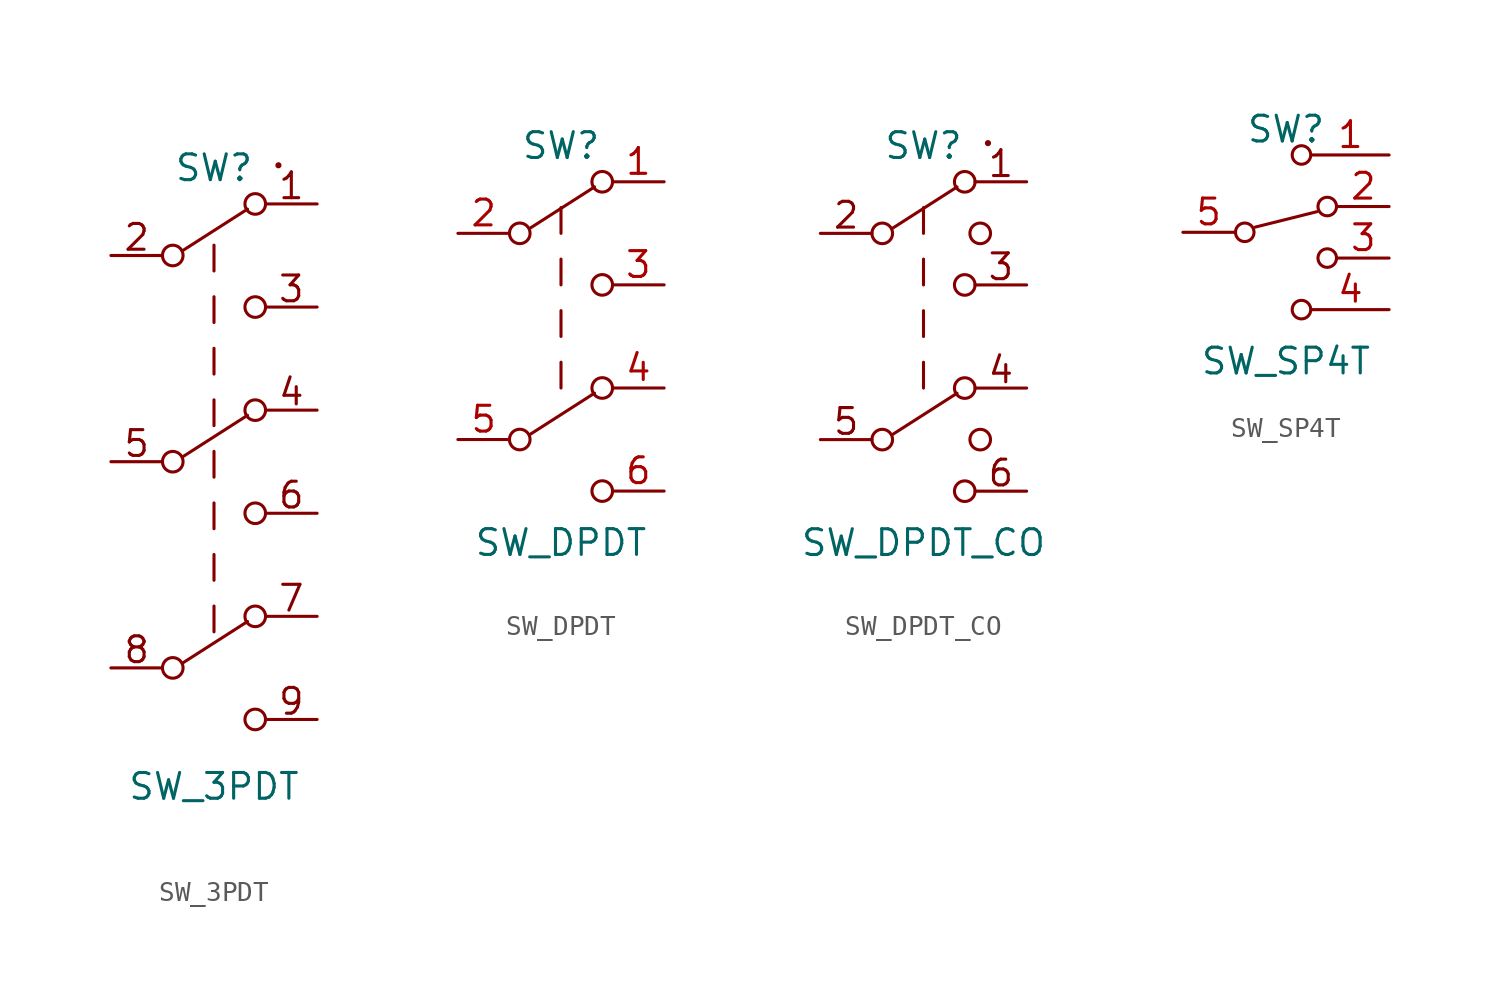
<source format=kicad_sym>
(kicad_symbol_lib
  (version 20220914)
  (generator kicad_symbol_editor)
  (symbol "SW_3PDT"
    (pin_names
      (offset 0) hide)
    (property "Reference" "SW"
      (at 0 4.318 0)
      (effects (font (size 1.27 1.27))))
    (property "Value" "SW_3PDT"
      (at 0 -26.162 0)
      (effects (font (size 1.27 1.27))))
    (symbol "SW_3PDT_0_0"
      (circle (center -2.032 -20.32) (radius 0.508) (stroke (width 0) (type solid)) (fill (type none)))
      (circle (center -2.032 -10.16) (radius 0.508) (stroke (width 0) (type solid)) (fill (type none)))
      (circle (center -2.032 0) (radius 0.508) (stroke (width 0) (type solid)) (fill (type none)))
      (circle (center 2.032 -22.86) (radius 0.508) (stroke (width 0) (type solid)) (fill (type none)))
      (circle (center 2.032 -12.7) (radius 0.508) (stroke (width 0) (type solid)) (fill (type none)))
      (circle (center 2.032 -2.54) (radius 0.508) (stroke (width 0) (type solid)) (fill (type none)))
      (text "1" (at 3.81 3.429 0) (effects (font (size 1.27 1.27))))
      (text "2" (at -3.81 0.889 0) (effects (font (size 1.27 1.27))))
      (text "3" (at 3.81 -1.651 0) (effects (font (size 1.27 1.27))))
      (text "4" (at 3.81 -6.731 0) (effects (font (size 1.27 1.27))))
      (text "5" (at -3.81 -9.271 0) (effects (font (size 1.27 1.27))))
      (text "6" (at 3.81 -11.811 0) (effects (font (size 1.27 1.27))))
      (text "7" (at 3.81 -16.891 0) (effects (font (size 1.27 1.27))))
      (text "8" (at -3.81 -19.431 0) (effects (font (size 1.27 1.27))))
      (text "9" (at 3.81 -21.971 0) (effects (font (size 1.27 1.27)))))
    (symbol "SW_3PDT_0_1"
      (polyline (pts (xy -1.524 -20.066) (xy 1.651 -18.034)) (stroke (width 0) (type solid)) (fill (type none)))
      (polyline (pts (xy -1.524 -9.906) (xy 1.651 -7.874)) (stroke (width 0) (type solid)) (fill (type none)))
      (polyline (pts (xy -1.524 0.254) (xy 1.651 2.286)) (stroke (width 0) (type solid)) (fill (type none)))
      (polyline (pts (xy 0 -17.272) (xy 0 -18.542)) (stroke (width 0) (type solid)) (fill (type none)))
      (polyline (pts (xy 0 -14.732) (xy 0 -16.002)) (stroke (width 0) (type solid)) (fill (type none)))
      (polyline (pts (xy 0 -12.192) (xy 0 -13.462)) (stroke (width 0) (type solid)) (fill (type none)))
      (polyline (pts (xy 0 -9.652) (xy 0 -10.922)) (stroke (width 0) (type solid)) (fill (type none)))
      (polyline (pts (xy 0 -7.112) (xy 0 -8.382)) (stroke (width 0) (type solid)) (fill (type none)))
      (polyline (pts (xy 0 -4.572) (xy 0 -5.842)) (stroke (width 0) (type solid)) (fill (type none)))
      (polyline (pts (xy 0 -2.032) (xy 0 -3.302)) (stroke (width 0) (type solid)) (fill (type none)))
      (polyline (pts (xy 0 -0.762) (xy 0 0.508)) (stroke (width 0) (type solid)) (fill (type none)))
      (circle (center 2.032 -17.78) (radius 0.508) (stroke (width 0) (type solid)) (fill (type none)))
      (circle (center 2.032 -7.62) (radius 0.508) (stroke (width 0) (type solid)) (fill (type none)))
      (circle (center 2.032 2.54) (radius 0.508) (stroke (width 0) (type solid)) (fill (type none)))
      (circle (center 3.175 4.445) (radius 0.0001) (stroke (width 0) (type solid)) (fill (type none))))
    (symbol "SW_3PDT_1_1"
      (pin passive line (at 5.08 2.54 180) (length 2.54) (name "A" (effects (font (size 1.27 1.27)))) (number "1" (effects (font (size 0 0)))))
      (pin passive line (at -5.08 0 0) (length 2.54) (name "B" (effects (font (size 1.27 1.27)))) (number "2" (effects (font (size 0 0)))))
      (pin passive line (at 5.08 -2.54 180) (length 2.54) (name "C" (effects (font (size 1.27 1.27)))) (number "3" (effects (font (size 0 0)))))
      (pin passive line (at 5.08 -7.62 180) (length 2.54) (name "D" (effects (font (size 1.27 1.27)))) (number "4" (effects (font (size 0 0)))))
      (pin passive line (at -5.08 -10.16 0) (length 2.54) (name "E" (effects (font (size 1.27 1.27)))) (number "5" (effects (font (size 0 0)))))
      (pin passive line (at 5.08 -12.7 180) (length 2.54) (name "F" (effects (font (size 1.27 1.27)))) (number "6" (effects (font (size 0 0)))))
      (pin passive line (at 5.08 -17.78 180) (length 2.54) (name "G" (effects (font (size 1.27 1.27)))) (number "7" (effects (font (size 0 0)))))
      (pin passive line (at -5.08 -20.32 0) (length 2.54) (name "H" (effects (font (size 1.27 1.27)))) (number "8" (effects (font (size 0 0)))))
      (pin passive line (at 5.08 -22.86 180) (length 2.54) (name "H" (effects (font (size 1.27 1.27)))) (number "8" (effects (font (size 0 0)))))))
  (symbol "SW_DPDT"
    (pin_names
      (offset 0) hide)
    (property "Reference" "SW"
      (at 0 4.318 0)
      (effects (font (size 1.27 1.27))))
    (property "Value" "SW_DPDT"
      (at 0 -15.24 0)
      (effects (font (size 1.27 1.27))))
    (symbol "SW_DPDT_0_0"
      (circle (center -2.032 -10.16) (radius 0.508) (stroke (width 0) (type solid)) (fill (type none)))
      (circle (center -2.032 0) (radius 0.508) (stroke (width 0) (type solid)) (fill (type none)))
      (circle (center 2.032 -12.7) (radius 0.508) (stroke (width 0) (type solid)) (fill (type none)))
      (circle (center 2.032 -2.54) (radius 0.508) (stroke (width 0) (type solid)) (fill (type none))))
    (symbol "SW_DPDT_0_1"
      (polyline (pts (xy -1.524 -9.906) (xy 1.651 -7.874)) (stroke (width 0) (type solid)) (fill (type none)))
      (polyline (pts (xy -1.524 0.254) (xy 1.651 2.286)) (stroke (width 0) (type solid)) (fill (type none)))
      (polyline (pts (xy 0 -6.35) (xy 0 -7.62)) (stroke (width 0) (type solid)) (fill (type none)))
      (polyline (pts (xy 0 -3.81) (xy 0 -5.08)) (stroke (width 0) (type solid)) (fill (type none)))
      (polyline (pts (xy 0 -1.27) (xy 0 -2.54)) (stroke (width 0) (type solid)) (fill (type none)))
      (polyline (pts (xy 0 0) (xy 0 1.27)) (stroke (width 0) (type solid)) (fill (type none)))
      (circle (center 2.032 -7.62) (radius 0.508) (stroke (width 0) (type solid)) (fill (type none)))
      (circle (center 2.032 2.54) (radius 0.508) (stroke (width 0) (type solid)) (fill (type none))))
    (symbol "SW_DPDT_1_1"
      (pin passive line (at 5.08 2.54 180) (length 2.54) (name "A" (effects (font (size 1.27 1.27)))) (number "1" (effects (font (size 1.27 1.27)))))
      (pin passive line (at -5.08 0 0) (length 2.54) (name "B" (effects (font (size 1.27 1.27)))) (number "2" (effects (font (size 1.27 1.27)))))
      (pin passive line (at 5.08 -2.54 180) (length 2.54) (name "C" (effects (font (size 1.27 1.27)))) (number "3" (effects (font (size 1.27 1.27)))))
      (pin passive line (at 5.08 -7.62 180) (length 2.54) (name "D" (effects (font (size 1.27 1.27)))) (number "4" (effects (font (size 1.27 1.27)))))
      (pin passive line (at -5.08 -10.16 0) (length 2.54) (name "E" (effects (font (size 1.27 1.27)))) (number "5" (effects (font (size 1.27 1.27)))))
      (pin passive line (at 5.08 -12.7 180) (length 2.54) (name "F" (effects (font (size 1.27 1.27)))) (number "6" (effects (font (size 1.27 1.27)))))))
  (symbol "SW_DPDT_CO"
    (pin_names
      (offset 0) hide)
    (property "Reference" "SW"
      (at 0 4.318 0)
      (effects (font (size 1.27 1.27))))
    (property "Value" "SW_DPDT_CO"
      (at 0 -15.24 0)
      (effects (font (size 1.27 1.27))))
    (symbol "SW_DPDT_CO_0_0"
      (circle (center -2.032 -10.16) (radius 0.508) (stroke (width 0) (type solid)) (fill (type none)))
      (circle (center -2.032 0) (radius 0.508) (stroke (width 0) (type solid)) (fill (type none)))
      (circle (center 2.032 -12.7) (radius 0.508) (stroke (width 0) (type solid)) (fill (type none)))
      (circle (center 2.032 -2.54) (radius 0.508) (stroke (width 0) (type solid)) (fill (type none)))
      (text "1" (at 3.81 3.429 0) (effects (font (size 1.27 1.27))))
      (text "2" (at -3.81 0.889 0) (effects (font (size 1.27 1.27))))
      (text "3" (at 3.81 -1.651 0) (effects (font (size 1.27 1.27))))
      (text "4" (at 3.81 -6.731 0) (effects (font (size 1.27 1.27))))
      (text "5" (at -3.81 -9.271 0) (effects (font (size 1.27 1.27))))
      (text "6" (at 3.81 -11.811 0) (effects (font (size 1.27 1.27)))))
    (symbol "SW_DPDT_CO_0_1"
      (polyline (pts (xy -1.524 -9.906) (xy 1.651 -7.874)) (stroke (width 0) (type solid)) (fill (type none)))
      (polyline (pts (xy -1.524 0.254) (xy 1.651 2.286)) (stroke (width 0) (type solid)) (fill (type none)))
      (polyline (pts (xy 0 -6.35) (xy 0 -7.62)) (stroke (width 0) (type solid)) (fill (type none)))
      (polyline (pts (xy 0 -3.81) (xy 0 -5.08)) (stroke (width 0) (type solid)) (fill (type none)))
      (polyline (pts (xy 0 -1.27) (xy 0 -2.54)) (stroke (width 0) (type solid)) (fill (type none)))
      (polyline (pts (xy 0 0) (xy 0 1.27)) (stroke (width 0) (type solid)) (fill (type none)))
      (circle (center 2.032 -7.62) (radius 0.508) (stroke (width 0) (type solid)) (fill (type none)))
      (circle (center 2.032 2.54) (radius 0.508) (stroke (width 0) (type solid)) (fill (type none)))
      (circle (center 2.794 -10.16) (radius 0.508) (stroke (width 0) (type solid)) (fill (type none)))
      (circle (center 2.794 0) (radius 0.508) (stroke (width 0) (type solid)) (fill (type none)))
      (circle (center 3.175 4.445) (radius 0.0001) (stroke (width 0) (type solid)) (fill (type none))))
    (symbol "SW_DPDT_CO_1_1"
      (pin passive line (at 5.08 2.54 180) (length 2.54) (name "A" (effects (font (size 1.27 1.27)))) (number "1" (effects (font (size 0 0)))))
      (pin passive line (at -5.08 0 0) (length 2.54) (name "B" (effects (font (size 1.27 1.27)))) (number "2" (effects (font (size 0 0)))))
      (pin passive line (at 5.08 -2.54 180) (length 2.54) (name "C" (effects (font (size 1.27 1.27)))) (number "3" (effects (font (size 0 0)))))
      (pin passive line (at 5.08 -7.62 180) (length 2.54) (name "D" (effects (font (size 1.27 1.27)))) (number "4" (effects (font (size 0 0)))))
      (pin passive line (at -5.08 -10.16 0) (length 2.54) (name "E" (effects (font (size 1.27 1.27)))) (number "5" (effects (font (size 0 0)))))
      (pin passive line (at 5.08 -12.7 180) (length 2.54) (name "F" (effects (font (size 1.27 1.27)))) (number "6" (effects (font (size 0 0)))))))
  (symbol "SW_SP4T"
    (pin_names
      (offset 0) hide)
    (property "Reference" "SW"
      (at 0 5.08 0)
      (effects (font (size 1.27 1.27))))
    (property "Value" "SW_SP4T"
      (at 0 -6.35 0)
      (effects (font (size 1.27 1.27))))
    (symbol "SW_SP4T_0_1"
      (circle (center -2.032 0) (radius 0.457) (stroke (width 0) (type solid)) (fill (type none)))
      (polyline (pts (xy -1.524 0.254) (xy 1.524 1.016)) (stroke (width 0) (type solid)) (fill (type none)))
      (circle (center 0.762 -3.81) (radius 0.457) (stroke (width 0) (type solid)) (fill (type none)))
      (circle (center 0.762 3.81) (radius 0.457) (stroke (width 0) (type solid)) (fill (type none)))
      (circle (center 2.032 -1.27) (radius 0.457) (stroke (width 0) (type solid)) (fill (type none)))
      (circle (center 2.032 1.27) (radius 0.457) (stroke (width 0) (type solid)) (fill (type none))))
    (symbol "SW_SP4T_1_1"
      (pin passive line (at 5.08 3.81 180) (length 3.81) (name "1" (effects (font (size 1.27 1.27)))) (number "1" (effects (font (size 1.27 1.27)))))
      (pin passive line (at 5.08 1.27 180) (length 2.54) (name "2" (effects (font (size 1.27 1.27)))) (number "2" (effects (font (size 1.27 1.27)))))
      (pin passive line (at 5.08 -1.27 180) (length 2.54) (name "3" (effects (font (size 1.27 1.27)))) (number "3" (effects (font (size 1.27 1.27)))))
      (pin passive line (at 5.08 -3.81 180) (length 3.81) (name "4" (effects (font (size 1.27 1.27)))) (number "4" (effects (font (size 1.27 1.27)))))
      (pin passive line (at -5.08 0 0) (length 2.54) (name "5" (effects (font (size 1.27 1.27)))) (number "5" (effects (font (size 1.27 1.27))))))))
</source>
